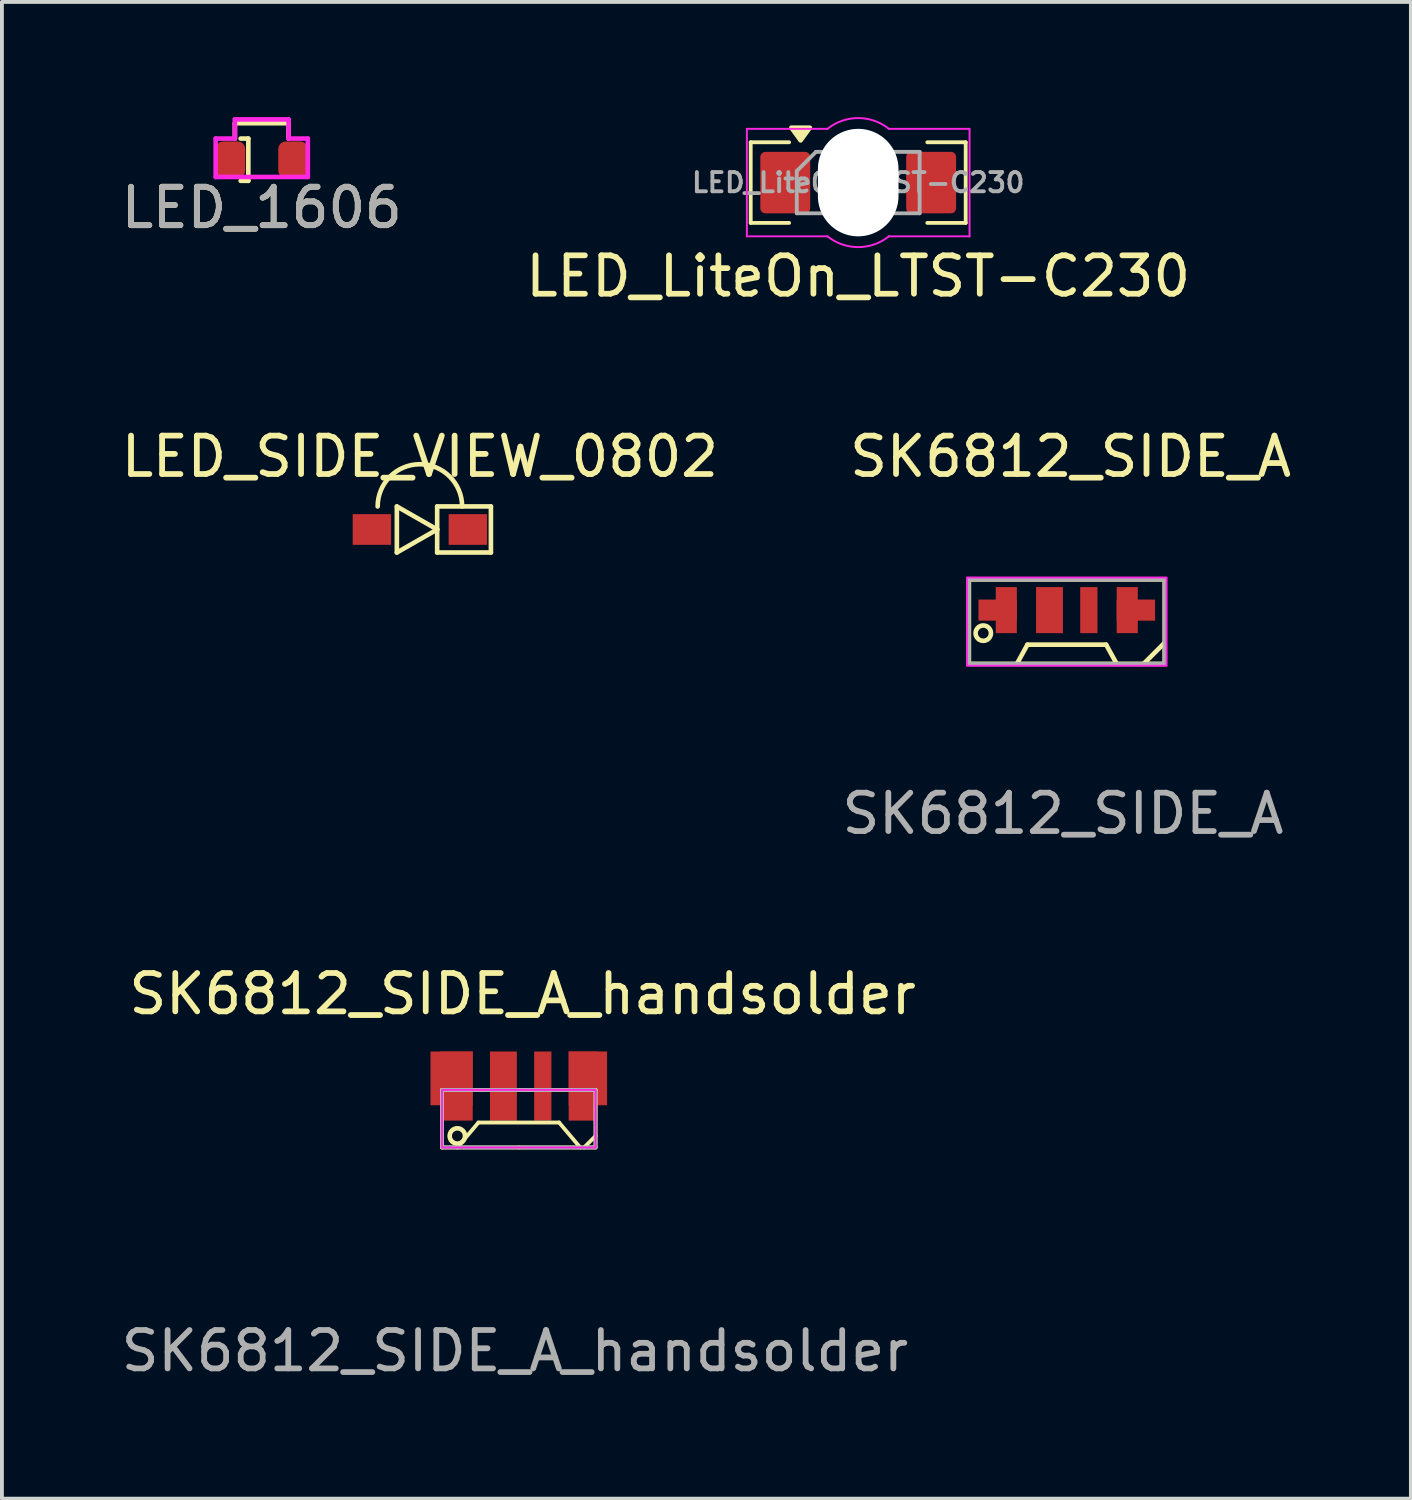
<source format=kicad_pcb>
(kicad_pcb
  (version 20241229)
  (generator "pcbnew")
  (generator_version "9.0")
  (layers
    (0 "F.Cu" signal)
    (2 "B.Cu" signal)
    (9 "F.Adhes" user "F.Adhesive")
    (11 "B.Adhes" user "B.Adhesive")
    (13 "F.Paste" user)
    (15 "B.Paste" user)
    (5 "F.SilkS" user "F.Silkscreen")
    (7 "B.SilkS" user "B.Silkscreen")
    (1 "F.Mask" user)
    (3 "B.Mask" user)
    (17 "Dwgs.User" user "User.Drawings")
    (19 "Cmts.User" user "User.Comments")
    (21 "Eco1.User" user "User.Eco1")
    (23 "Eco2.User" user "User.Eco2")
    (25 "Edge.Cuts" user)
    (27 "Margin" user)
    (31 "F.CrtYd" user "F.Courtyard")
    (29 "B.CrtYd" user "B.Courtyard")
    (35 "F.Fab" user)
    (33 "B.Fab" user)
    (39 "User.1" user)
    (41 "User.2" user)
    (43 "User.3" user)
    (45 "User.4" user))
  (footprint "SK6812_SIDE_A_handsolder"
    (layer "F.Cu")
    (at 10.463 26.839)
    (property "Reference" "SK6812_SIDE_A_handsolder" (at 0.1 -4 0) (unlocked yes) (layer "F.SilkS") (effects (font (size 1 1) (thickness 0.15))))
    (attr smd)
    (fp_line (start -2 -1.5) (end 2 -1.5) (stroke (width 0.1) (type default)) (layer "F.SilkS"))
    (fp_line (start -2 0) (end -2 -1.5) (stroke (width 0.1) (type default)) (layer "F.SilkS"))
    (fp_line (start -1.05 -0.65) (end -1.6 0) (stroke (width 0.1) (type default)) (layer "F.SilkS"))
    (fp_line (start 0 0) (end -2 0) (stroke (width 0.1) (type default)) (layer "F.SilkS"))
    (fp_line (start 1.05 -0.65) (end -1.05 -0.65) (stroke (width 0.1) (type default)) (layer "F.SilkS"))
    (fp_line (start 1.6 0) (end 1.05 -0.65) (stroke (width 0.1) (type default)) (layer "F.SilkS"))
    (fp_line (start 1.7 0) (end 2 -0.3) (stroke (width 0.1) (type default)) (layer "F.SilkS"))
    (fp_line (start 2 -1.5) (end 2 0) (stroke (width 0.1) (type default)) (layer "F.SilkS"))
    (fp_line (start 2 0) (end 0 0) (stroke (width 0.1) (type default)) (layer "F.SilkS"))
    (fp_circle (center -1.6 -0.3) (end -1.6 -0.5) (stroke (width 0.12) (type solid)) (fill no) (layer "F.SilkS"))
    (fp_rect (start -2 -1.5) (end 2 0) (stroke (width 0.05) (type default)) (fill no) (layer "F.CrtYd"))
    (fp_rect (start -2 -1.5) (end 2 0) (stroke (width 0.1) (type default)) (fill no) (layer "F.Fab"))
    (fp_text user "${REFERENCE}" (at -0.1 5.3 0) (unlocked yes) (layer "F.Fab") (effects (font (size 1 1) (thickness 0.15))))
    (pad "1" smd custom (at -1.75 -1.8) (size 1.1 1.4) (layers "F.Cu" "F.Mask" "F.Paste") (options (anchor rect)) (primitives))
    (pad "1" smd custom (at -1.625 -1.6) (size 0.85 1.8) (layers "F.Cu" "F.Mask" "F.Paste") (options (anchor rect)) (primitives))
    (pad "2" smd custom (at -0.4 -1.6) (size 0.7 1.8) (layers "F.Cu" "F.Mask" "F.Paste") (options (anchor rect)) (primitives))
    (pad "3" smd custom (at 0.625 -1.6) (size 0.45 1.8) (layers "F.Cu" "F.Mask" "F.Paste") (options (anchor rect)) (primitives))
    (pad "4" smd custom (at 1.675 -1.6) (size 0.75 1.8) (layers "F.Cu" "F.Mask" "F.Paste") (options (anchor rect)) (primitives))
    (pad "4" smd custom (at 1.8 -1.8) (size 1 1.4) (layers "F.Cu" "F.Mask" "F.Paste") (options (anchor rect)) (primitives)))
  (footprint "LED_SIDE_VIEW_0802"
    (layer "F.Cu")
    (at 7.887 10.742)
    (property "Reference" "LED_SIDE_VIEW_0802" (at 0 -1.9 0) (layer "F.SilkS") (effects (font (size 1 1) (thickness 0.15))))
    (attr through_hole)
    (fp_line (start -0.6 -0.6) (end -0.6 0.6) (stroke (width 0.12) (type solid)) (layer "F.SilkS"))
    (fp_line (start -0.6 0.6) (end 0.45 0) (stroke (width 0.12) (type solid)) (layer "F.SilkS"))
    (fp_line (start 0.45 -0.6) (end 1.85 -0.6) (stroke (width 0.12) (type solid)) (layer "F.SilkS"))
    (fp_line (start 0.45 0) (end -0.6 -0.6) (stroke (width 0.12) (type solid)) (layer "F.SilkS"))
    (fp_line (start 0.45 0) (end 0.45 -0.6) (stroke (width 0.12) (type solid)) (layer "F.SilkS"))
    (fp_line (start 0.45 0) (end 0.45 0.6) (stroke (width 0.12) (type solid)) (layer "F.SilkS"))
    (fp_line (start 1.85 -0.6) (end 1.85 0.6) (stroke (width 0.12) (type solid)) (layer "F.SilkS"))
    (fp_line (start 1.85 0.6) (end 0.45 0.6) (stroke (width 0.12) (type solid)) (layer "F.SilkS"))
    (fp_arc (start -1.1 -0.6) (mid 0 -1.7) (end 1.1 -0.6) (stroke (width 0.12) (type solid)) (layer "F.SilkS"))
    (pad "1" smd rect (at 1.25 0) (size 1 0.8) (layers "F.Cu" "F.Mask" "F.Paste"))
    (pad "2" smd rect (at -1.25 0) (size 1 0.8) (layers "F.Cu" "F.Mask" "F.Paste")))
  (footprint "LED_LiteOn_LTST-C230"
    (layer "F.Cu")
    (at 19.304 1.706)
    (property "Reference" "LED_LiteOn_LTST-C230" (at 0 2.44 0) (layer "F.SilkS") (effects (font (size 1 1) (thickness 0.15))))
    (attr smd)
    (fp_line (start -2.8 -1.05) (end -2.8 1.05) (stroke (width 0.1) (type default)) (layer "F.SilkS"))
    (fp_line (start -2.8 1.05) (end -1.8 1.05) (stroke (width 0.1) (type default)) (layer "F.SilkS"))
    (fp_line (start -1.8 -1.05) (end -2.8 -1.05) (stroke (width 0.1) (type default)) (layer "F.SilkS"))
    (fp_line (start 1.8 -1.05) (end 2.8 -1.05) (stroke (width 0.1) (type default)) (layer "F.SilkS"))
    (fp_line (start 2.8 -1.05) (end 2.8 1.05) (stroke (width 0.1) (type default)) (layer "F.SilkS"))
    (fp_line (start 2.8 1.05) (end 1.8 1.05) (stroke (width 0.1) (type default)) (layer "F.SilkS"))
    (fp_poly (pts (xy -1.5 -1.1) (xy -1.74 -1.43) (xy -1.26 -1.43) (xy -1.5 -1.1)) (stroke (width 0.12) (type solid)) (fill yes) (layer "F.SilkS"))
    (fp_line (start -2.9 -1.4) (end -0.8 -1.4) (stroke (width 0.05) (type solid)) (layer "F.CrtYd"))
    (fp_line (start -2.9 1.4) (end -2.9 -1.4) (stroke (width 0.05) (type solid)) (layer "F.CrtYd"))
    (fp_line (start -0.8 1.4) (end -2.9 1.4) (stroke (width 0.05) (type solid)) (layer "F.CrtYd"))
    (fp_line (start 0.8 -1.4) (end 2.9 -1.4) (stroke (width 0.05) (type solid)) (layer "F.CrtYd"))
    (fp_line (start 2.9 -1.4) (end 2.9 1.4) (stroke (width 0.05) (type solid)) (layer "F.CrtYd"))
    (fp_line (start 2.9 1.4) (end 0.8 1.4) (stroke (width 0.05) (type solid)) (layer "F.CrtYd"))
    (fp_arc (start -0.800001 -1.399998) (mid -0.000001 -1.680624) (end 0.799999 -1.399999) (stroke (width 0.05) (type default)) (layer "F.CrtYd"))
    (fp_arc (start 0.800001 1.399998) (mid 0.000001 1.680624) (end -0.799999 1.399999) (stroke (width 0.05) (type default)) (layer "F.CrtYd"))
    (fp_line (start -1.6 -0.3) (end -1.6 0.8) (stroke (width 0.1) (type default)) (layer "F.Fab"))
    (fp_line (start -1.6 0.8) (end 1.6 0.8) (stroke (width 0.1) (type default)) (layer "F.Fab"))
    (fp_line (start -1.1 -0.8) (end -1.6 -0.3) (stroke (width 0.1) (type default)) (layer "F.Fab"))
    (fp_line (start -0.8 -0.75) (end 0.8 -0.75) (stroke (width 0.1) (type default)) (layer "F.Fab"))
    (fp_line (start -0.8 0.75) (end -0.8 -0.75) (stroke (width 0.1) (type default)) (layer "F.Fab"))
    (fp_line (start 0.8 -0.75) (end 0.8 0.75) (stroke (width 0.1) (type default)) (layer "F.Fab"))
    (fp_line (start 0.8 0.75) (end -0.8 0.75) (stroke (width 0.1) (type default)) (layer "F.Fab"))
    (fp_line (start 1.6 -0.8) (end -1.1 -0.8) (stroke (width 0.1) (type default)) (layer "F.Fab"))
    (fp_line (start 1.6 0.8) (end 1.6 -0.8) (stroke (width 0.1) (type default)) (layer "F.Fab"))
    (fp_text user "${REFERENCE}" (at 0 0 0) (layer "F.Fab") (effects (font (size 0.5 0.5) (thickness 0.1) (bold yes))))
    (pad "" np_thru_hole oval (at 0 0) (size 2.1 2.8) (drill oval 2.1 2.8) (layers "*.Cu" "*.Mask"))
    (pad "1" smd roundrect (at -1.9 0 180) (size 1.3 1.6) (layers "F.Cu" "F.Mask" "F.Paste") (roundrect_rratio 0.1))
    (pad "2" smd roundrect (at 1.9 0 180) (size 1.3 1.6) (layers "F.Cu" "F.Mask" "F.Paste") (roundrect_rratio 0.1)))
  (footprint "LED_1606"
    (layer "F.Cu")
    (at 3.768 1.11)
    (property "Reference" "LED_1606" (at 0 1.25 0) (unlocked yes) (layer "F.SilkS") (effects (font (size 1 1) (thickness 0.15))))
    (attr smd)
    (fp_line (start -0.7 -0.95) (end -0.7 -0.55) (stroke (width 0.12) (type solid)) (layer "F.SilkS"))
    (fp_line (start -0.35 -0.55) (end -0.55 -0.55) (stroke (width 0.12) (type solid)) (layer "F.SilkS"))
    (fp_line (start -0.35 -0.55) (end -0.35 0.55) (stroke (width 0.12) (type solid)) (layer "F.SilkS"))
    (fp_line (start -0.35 0.55) (end -0.55 0.55) (stroke (width 0.12) (type solid)) (layer "F.SilkS"))
    (fp_line (start 0.7 -0.95) (end -0.7 -0.95) (stroke (width 0.12) (type solid)) (layer "F.SilkS"))
    (fp_line (start 0.7 -0.55) (end 0.7 -0.95) (stroke (width 0.12) (type solid)) (layer "F.SilkS"))
    (fp_line (start -1.2 -0.55) (end -1.2 0.45) (stroke (width 0.12) (type solid)) (layer "F.CrtYd"))
    (fp_line (start -1.2 0.45) (end 1.2 0.45) (stroke (width 0.12) (type solid)) (layer "F.CrtYd"))
    (fp_line (start -0.7 -1.05) (end -0.7 -0.55) (stroke (width 0.12) (type solid)) (layer "F.CrtYd"))
    (fp_line (start -0.7 -0.55) (end -1.2 -0.55) (stroke (width 0.12) (type solid)) (layer "F.CrtYd"))
    (fp_line (start 0.7 -1.05) (end -0.7 -1.05) (stroke (width 0.12) (type solid)) (layer "F.CrtYd"))
    (fp_line (start 0.7 -0.55) (end 0.7 -1.05) (stroke (width 0.12) (type solid)) (layer "F.CrtYd"))
    (fp_line (start 1.2 -0.55) (end 0.7 -0.55) (stroke (width 0.12) (type solid)) (layer "F.CrtYd"))
    (fp_line (start 1.2 0.45) (end 1.2 -0.55) (stroke (width 0.12) (type solid)) (layer "F.CrtYd"))
    (fp_text user "${REFERENCE}" (at 0 1.25 0) (unlocked yes) (layer "F.Fab") (effects (font (size 1 1) (thickness 0.15))))
    (pad "1" smd roundrect (at -0.815 0) (size 0.77 0.95) (layers "F.Cu" "F.Mask" "F.Paste") (roundrect_rratio 0.25))
    (pad "2" smd roundrect (at 0.815 0) (size 0.77 0.95) (layers "F.Cu" "F.Mask" "F.Paste") (roundrect_rratio 0.25)))
  (footprint "SK6812_SIDE_A"
    (layer "F.Cu")
    (at 24.737 12.842)
    (property "Reference" "SK6812_SIDE_A" (at 0.1 -4 0) (unlocked yes) (layer "F.SilkS") (effects (font (size 1 1) (thickness 0.15))))
    (attr smd)
    (fp_line (start -2.55 -0.8) (end 2.55 -0.8) (stroke (width 0.12) (type solid)) (layer "F.SilkS"))
    (fp_line (start -2.55 1.4) (end -2.55 -0.8) (stroke (width 0.12) (type solid)) (layer "F.SilkS"))
    (fp_line (start -1.3 1.4) (end -1.025 0.9) (stroke (width 0.12) (type solid)) (layer "F.SilkS"))
    (fp_line (start 1.025 0.9) (end -1.025 0.9) (stroke (width 0.12) (type solid)) (layer "F.SilkS"))
    (fp_line (start 1.025 0.9) (end 1.3 1.4) (stroke (width 0.12) (type solid)) (layer "F.SilkS"))
    (fp_line (start 2 1.4) (end 2.55 0.85) (stroke (width 0.12) (type solid)) (layer "F.SilkS"))
    (fp_line (start 2.55 1.4) (end -2.55 1.4) (stroke (width 0.12) (type solid)) (layer "F.SilkS"))
    (fp_line (start 2.55 1.4) (end 2.55 -0.8) (stroke (width 0.12) (type solid)) (layer "F.SilkS"))
    (fp_circle (center -2.175 0.6) (end -2.175 0.4) (stroke (width 0.12) (type solid)) (fill no) (layer "F.SilkS"))
    (fp_rect (start -2.6 -0.85) (end 2.6 1.45) (stroke (width 0.05) (type default)) (fill no) (layer "F.CrtYd"))
    (fp_rect (start -2.55 -0.8) (end 2.55 1.4) (stroke (width 0.1) (type solid)) (fill no) (layer "F.Fab"))
    (fp_text user "${REFERENCE}" (at -0.1 5.3 0) (unlocked yes) (layer "F.Fab") (effects (font (size 1 1) (thickness 0.15))))
    (pad "1" smd custom (at -1.8 0) (size 1 0.55) (layers "F.Cu" "F.Mask" "F.Paste") (options (anchor rect)) (primitives))
    (pad "1" smd custom (at -1.575 0) (size 0.55 1.2) (layers "F.Cu" "F.Mask" "F.Paste") (options (anchor rect)) (primitives))
    (pad "2" smd custom (at -0.45 0) (size 0.7 1.2) (layers "F.Cu" "F.Mask" "F.Paste") (options (anchor rect)) (primitives))
    (pad "3" smd custom (at 0.575 0) (size 0.45 1.2) (layers "F.Cu" "F.Mask" "F.Paste") (options (anchor rect)) (primitives))
    (pad "4" smd custom (at 1.575 0) (size 0.55 1.2) (layers "F.Cu" "F.Mask" "F.Paste") (options (anchor rect)) (primitives))
    (pad "4" smd custom (at 1.8 0) (size 1 0.55) (layers "F.Cu" "F.Mask" "F.Paste") (options (anchor rect)) (primitives)))
  (gr_rect
    (start -3 -3)
    (end 33.7 35.987)
    (stroke (width 0.1) (type default))
    (fill no)
    (layer "Edge.Cuts")))
</source>
